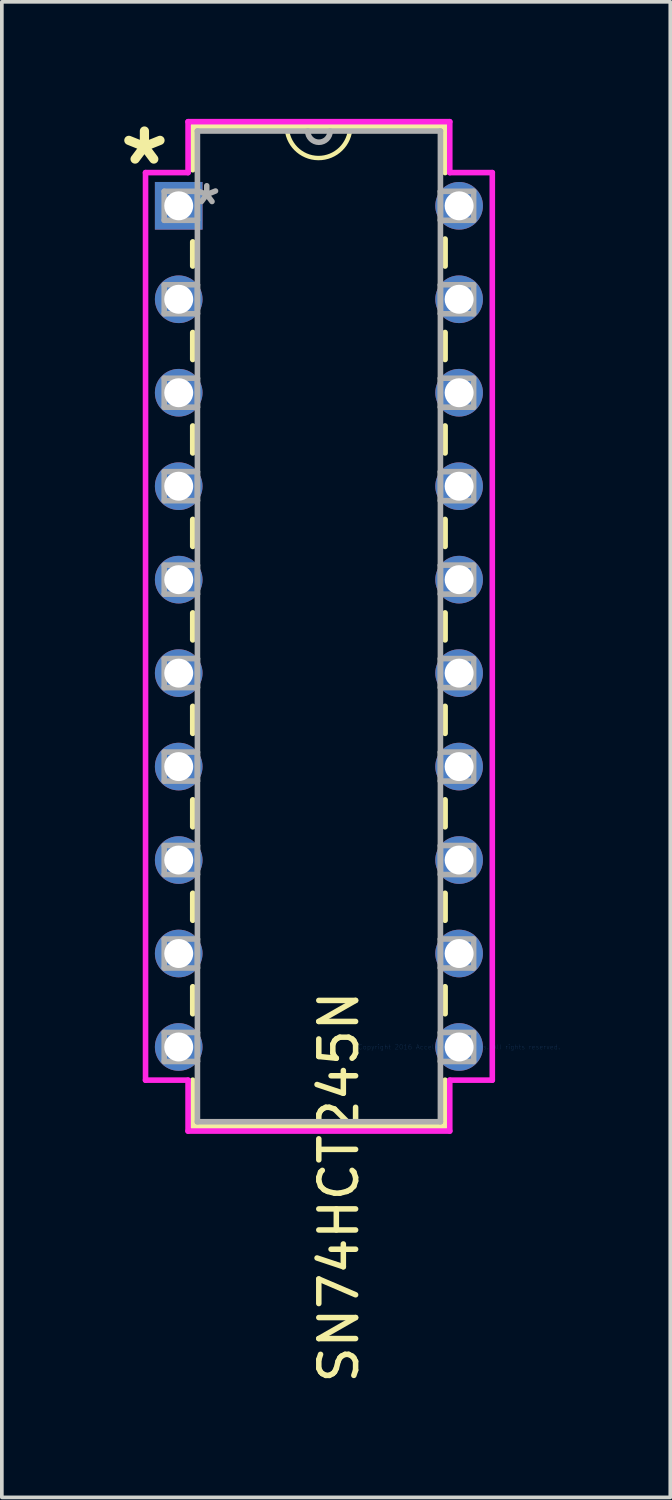
<source format=kicad_pcb>
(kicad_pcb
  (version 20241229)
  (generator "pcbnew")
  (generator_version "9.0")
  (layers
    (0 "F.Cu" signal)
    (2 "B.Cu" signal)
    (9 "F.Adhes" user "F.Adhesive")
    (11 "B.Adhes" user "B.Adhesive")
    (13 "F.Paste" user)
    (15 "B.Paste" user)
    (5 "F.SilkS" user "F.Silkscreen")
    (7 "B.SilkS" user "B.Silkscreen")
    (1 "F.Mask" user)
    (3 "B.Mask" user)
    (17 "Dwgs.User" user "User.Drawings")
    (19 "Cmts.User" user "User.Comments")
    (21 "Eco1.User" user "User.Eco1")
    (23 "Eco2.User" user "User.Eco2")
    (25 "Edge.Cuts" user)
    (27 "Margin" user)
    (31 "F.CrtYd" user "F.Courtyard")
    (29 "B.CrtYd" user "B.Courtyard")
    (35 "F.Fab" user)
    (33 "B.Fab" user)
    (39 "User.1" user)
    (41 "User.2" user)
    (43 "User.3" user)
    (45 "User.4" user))
  (footprint "SN74HCT245N"
    (layer "F.Cu")
    (at 9.427 25.403)
    (property "Reference" "SN74HCT245N" (at -3.268 3.806 270) (layer "F.SilkS") (effects (font (size 1 1) (thickness 0.15))))
    (attr through_hole)
    (fp_line (start -7.239 -25.019) (end -7.239 -23.84) (stroke (width 0.152) (type solid)) (layer "F.SilkS"))
    (fp_line (start -7.239 -21.88) (end -7.239 -21.223) (stroke (width 0.152) (type solid)) (layer "F.SilkS"))
    (fp_line (start -7.239 -19.417) (end -7.239 -18.683) (stroke (width 0.152) (type solid)) (layer "F.SilkS"))
    (fp_line (start -7.239 -16.877) (end -7.239 -16.143) (stroke (width 0.152) (type solid)) (layer "F.SilkS"))
    (fp_line (start -7.239 -14.337) (end -7.239 -13.603) (stroke (width 0.152) (type solid)) (layer "F.SilkS"))
    (fp_line (start -7.239 -11.797) (end -7.239 -11.063) (stroke (width 0.152) (type solid)) (layer "F.SilkS"))
    (fp_line (start -7.239 -9.257) (end -7.239 -8.523) (stroke (width 0.152) (type solid)) (layer "F.SilkS"))
    (fp_line (start -7.239 -6.717) (end -7.239 -5.983) (stroke (width 0.152) (type solid)) (layer "F.SilkS"))
    (fp_line (start -7.239 -4.177) (end -7.239 -3.443) (stroke (width 0.152) (type solid)) (layer "F.SilkS"))
    (fp_line (start -7.239 -1.637) (end -7.239 -0.903) (stroke (width 0.152) (type solid)) (layer "F.SilkS"))
    (fp_line (start -7.239 0.903) (end -7.239 2.159) (stroke (width 0.152) (type solid)) (layer "F.SilkS"))
    (fp_line (start -7.239 2.159) (end -0.381 2.159) (stroke (width 0.152) (type solid)) (layer "F.SilkS"))
    (fp_line (start -0.381 -25.019) (end -7.239 -25.019) (stroke (width 0.152) (type solid)) (layer "F.SilkS"))
    (fp_line (start -0.381 -23.763) (end -0.381 -25.019) (stroke (width 0.152) (type solid)) (layer "F.SilkS"))
    (fp_line (start -0.381 -21.223) (end -0.381 -21.957) (stroke (width 0.152) (type solid)) (layer "F.SilkS"))
    (fp_line (start -0.381 -18.683) (end -0.381 -19.417) (stroke (width 0.152) (type solid)) (layer "F.SilkS"))
    (fp_line (start -0.381 -16.143) (end -0.381 -16.877) (stroke (width 0.152) (type solid)) (layer "F.SilkS"))
    (fp_line (start -0.381 -13.603) (end -0.381 -14.337) (stroke (width 0.152) (type solid)) (layer "F.SilkS"))
    (fp_line (start -0.381 -11.063) (end -0.381 -11.797) (stroke (width 0.152) (type solid)) (layer "F.SilkS"))
    (fp_line (start -0.381 -8.523) (end -0.381 -9.257) (stroke (width 0.152) (type solid)) (layer "F.SilkS"))
    (fp_line (start -0.381 -5.983) (end -0.381 -6.717) (stroke (width 0.152) (type solid)) (layer "F.SilkS"))
    (fp_line (start -0.381 -3.443) (end -0.381 -4.177) (stroke (width 0.152) (type solid)) (layer "F.SilkS"))
    (fp_line (start -0.381 -0.903) (end -0.381 -1.637) (stroke (width 0.152) (type solid)) (layer "F.SilkS"))
    (fp_line (start -0.381 2.159) (end -0.381 0.903) (stroke (width 0.152) (type solid)) (layer "F.SilkS"))
    (fp_arc (start -2.95656 -25.01138) (mid -3.82932 -24.161236) (end -4.683669 -25.02988) (stroke (width 0.12) (type solid)) (layer "F.SilkS"))
    (fp_line (start -8.522 -23.762) (end -8.522 0.902) (stroke (width 0.152) (type solid)) (layer "F.CrtYd"))
    (fp_line (start -8.522 0.902) (end -7.366 0.902) (stroke (width 0.152) (type solid)) (layer "F.CrtYd"))
    (fp_line (start -7.366 -25.146) (end -7.366 -23.762) (stroke (width 0.152) (type solid)) (layer "F.CrtYd"))
    (fp_line (start -7.366 -23.762) (end -8.522 -23.762) (stroke (width 0.152) (type solid)) (layer "F.CrtYd"))
    (fp_line (start -7.366 0.902) (end -7.366 2.286) (stroke (width 0.152) (type solid)) (layer "F.CrtYd"))
    (fp_line (start -7.366 2.286) (end -0.254 2.286) (stroke (width 0.152) (type solid)) (layer "F.CrtYd"))
    (fp_line (start -0.254 -25.146) (end -7.366 -25.146) (stroke (width 0.152) (type solid)) (layer "F.CrtYd"))
    (fp_line (start -0.254 -23.762) (end -0.254 -25.146) (stroke (width 0.152) (type solid)) (layer "F.CrtYd"))
    (fp_line (start -0.254 0.902) (end 0.902 0.902) (stroke (width 0.152) (type solid)) (layer "F.CrtYd"))
    (fp_line (start -0.254 2.286) (end -0.254 0.902) (stroke (width 0.152) (type solid)) (layer "F.CrtYd"))
    (fp_line (start 0.902 -23.762) (end -0.254 -23.762) (stroke (width 0.152) (type solid)) (layer "F.CrtYd"))
    (fp_line (start 0.902 0.902) (end 0.902 -23.762) (stroke (width 0.152) (type solid)) (layer "F.CrtYd"))
    (fp_line (start -8.014 -23.254) (end -8.014 -22.466) (stroke (width 0.152) (type solid)) (layer "F.Fab"))
    (fp_line (start -8.014 -22.466) (end -7.112 -22.466) (stroke (width 0.152) (type solid)) (layer "F.Fab"))
    (fp_line (start -8.014 -20.714) (end -8.014 -19.926) (stroke (width 0.152) (type solid)) (layer "F.Fab"))
    (fp_line (start -8.014 -19.926) (end -7.112 -19.926) (stroke (width 0.152) (type solid)) (layer "F.Fab"))
    (fp_line (start -8.014 -18.174) (end -8.014 -17.386) (stroke (width 0.152) (type solid)) (layer "F.Fab"))
    (fp_line (start -8.014 -17.386) (end -7.112 -17.386) (stroke (width 0.152) (type solid)) (layer "F.Fab"))
    (fp_line (start -8.014 -15.634) (end -8.014 -14.846) (stroke (width 0.152) (type solid)) (layer "F.Fab"))
    (fp_line (start -8.014 -14.846) (end -7.112 -14.846) (stroke (width 0.152) (type solid)) (layer "F.Fab"))
    (fp_line (start -8.014 -13.094) (end -8.014 -12.306) (stroke (width 0.152) (type solid)) (layer "F.Fab"))
    (fp_line (start -8.014 -12.306) (end -7.112 -12.306) (stroke (width 0.152) (type solid)) (layer "F.Fab"))
    (fp_line (start -8.014 -10.554) (end -8.014 -9.766) (stroke (width 0.152) (type solid)) (layer "F.Fab"))
    (fp_line (start -8.014 -9.766) (end -7.112 -9.766) (stroke (width 0.152) (type solid)) (layer "F.Fab"))
    (fp_line (start -8.014 -8.014) (end -8.014 -7.226) (stroke (width 0.152) (type solid)) (layer "F.Fab"))
    (fp_line (start -8.014 -7.226) (end -7.112 -7.226) (stroke (width 0.152) (type solid)) (layer "F.Fab"))
    (fp_line (start -8.014 -5.474) (end -8.014 -4.686) (stroke (width 0.152) (type solid)) (layer "F.Fab"))
    (fp_line (start -8.014 -4.686) (end -7.112 -4.686) (stroke (width 0.152) (type solid)) (layer "F.Fab"))
    (fp_line (start -8.014 -2.934) (end -8.014 -2.146) (stroke (width 0.152) (type solid)) (layer "F.Fab"))
    (fp_line (start -8.014 -2.146) (end -7.112 -2.146) (stroke (width 0.152) (type solid)) (layer "F.Fab"))
    (fp_line (start -8.014 -0.394) (end -8.014 0.394) (stroke (width 0.152) (type solid)) (layer "F.Fab"))
    (fp_line (start -8.014 0.394) (end -7.112 0.394) (stroke (width 0.152) (type solid)) (layer "F.Fab"))
    (fp_line (start -7.112 -24.892) (end -7.112 2.032) (stroke (width 0.152) (type solid)) (layer "F.Fab"))
    (fp_line (start -7.112 -23.254) (end -8.014 -23.254) (stroke (width 0.152) (type solid)) (layer "F.Fab"))
    (fp_line (start -7.112 -22.466) (end -7.112 -23.254) (stroke (width 0.152) (type solid)) (layer "F.Fab"))
    (fp_line (start -7.112 -20.714) (end -8.014 -20.714) (stroke (width 0.152) (type solid)) (layer "F.Fab"))
    (fp_line (start -7.112 -19.926) (end -7.112 -20.714) (stroke (width 0.152) (type solid)) (layer "F.Fab"))
    (fp_line (start -7.112 -18.174) (end -8.014 -18.174) (stroke (width 0.152) (type solid)) (layer "F.Fab"))
    (fp_line (start -7.112 -17.386) (end -7.112 -18.174) (stroke (width 0.152) (type solid)) (layer "F.Fab"))
    (fp_line (start -7.112 -15.634) (end -8.014 -15.634) (stroke (width 0.152) (type solid)) (layer "F.Fab"))
    (fp_line (start -7.112 -14.846) (end -7.112 -15.634) (stroke (width 0.152) (type solid)) (layer "F.Fab"))
    (fp_line (start -7.112 -13.094) (end -8.014 -13.094) (stroke (width 0.152) (type solid)) (layer "F.Fab"))
    (fp_line (start -7.112 -12.306) (end -7.112 -13.094) (stroke (width 0.152) (type solid)) (layer "F.Fab"))
    (fp_line (start -7.112 -10.554) (end -8.014 -10.554) (stroke (width 0.152) (type solid)) (layer "F.Fab"))
    (fp_line (start -7.112 -9.766) (end -7.112 -10.554) (stroke (width 0.152) (type solid)) (layer "F.Fab"))
    (fp_line (start -7.112 -8.014) (end -8.014 -8.014) (stroke (width 0.152) (type solid)) (layer "F.Fab"))
    (fp_line (start -7.112 -7.226) (end -7.112 -8.014) (stroke (width 0.152) (type solid)) (layer "F.Fab"))
    (fp_line (start -7.112 -5.474) (end -8.014 -5.474) (stroke (width 0.152) (type solid)) (layer "F.Fab"))
    (fp_line (start -7.112 -4.686) (end -7.112 -5.474) (stroke (width 0.152) (type solid)) (layer "F.Fab"))
    (fp_line (start -7.112 -2.934) (end -8.014 -2.934) (stroke (width 0.152) (type solid)) (layer "F.Fab"))
    (fp_line (start -7.112 -2.146) (end -7.112 -2.934) (stroke (width 0.152) (type solid)) (layer "F.Fab"))
    (fp_line (start -7.112 -0.394) (end -8.014 -0.394) (stroke (width 0.152) (type solid)) (layer "F.Fab"))
    (fp_line (start -7.112 0.394) (end -7.112 -0.394) (stroke (width 0.152) (type solid)) (layer "F.Fab"))
    (fp_line (start -7.112 2.032) (end -0.508 2.032) (stroke (width 0.152) (type solid)) (layer "F.Fab"))
    (fp_line (start -0.508 -24.892) (end -7.112 -24.892) (stroke (width 0.152) (type solid)) (layer "F.Fab"))
    (fp_line (start -0.508 -23.254) (end -0.508 -22.466) (stroke (width 0.152) (type solid)) (layer "F.Fab"))
    (fp_line (start -0.508 -22.466) (end 0.394 -22.466) (stroke (width 0.152) (type solid)) (layer "F.Fab"))
    (fp_line (start -0.508 -20.714) (end -0.508 -19.926) (stroke (width 0.152) (type solid)) (layer "F.Fab"))
    (fp_line (start -0.508 -19.926) (end 0.394 -19.926) (stroke (width 0.152) (type solid)) (layer "F.Fab"))
    (fp_line (start -0.508 -18.174) (end -0.508 -17.386) (stroke (width 0.152) (type solid)) (layer "F.Fab"))
    (fp_line (start -0.508 -17.386) (end 0.394 -17.386) (stroke (width 0.152) (type solid)) (layer "F.Fab"))
    (fp_line (start -0.508 -15.634) (end -0.508 -14.846) (stroke (width 0.152) (type solid)) (layer "F.Fab"))
    (fp_line (start -0.508 -14.846) (end 0.394 -14.846) (stroke (width 0.152) (type solid)) (layer "F.Fab"))
    (fp_line (start -0.508 -13.094) (end -0.508 -12.306) (stroke (width 0.152) (type solid)) (layer "F.Fab"))
    (fp_line (start -0.508 -12.306) (end 0.394 -12.306) (stroke (width 0.152) (type solid)) (layer "F.Fab"))
    (fp_line (start -0.508 -10.554) (end -0.508 -9.766) (stroke (width 0.152) (type solid)) (layer "F.Fab"))
    (fp_line (start -0.508 -9.766) (end 0.394 -9.766) (stroke (width 0.152) (type solid)) (layer "F.Fab"))
    (fp_line (start -0.508 -8.014) (end -0.508 -7.226) (stroke (width 0.152) (type solid)) (layer "F.Fab"))
    (fp_line (start -0.508 -7.226) (end 0.394 -7.226) (stroke (width 0.152) (type solid)) (layer "F.Fab"))
    (fp_line (start -0.508 -5.474) (end -0.508 -4.686) (stroke (width 0.152) (type solid)) (layer "F.Fab"))
    (fp_line (start -0.508 -4.686) (end 0.394 -4.686) (stroke (width 0.152) (type solid)) (layer "F.Fab"))
    (fp_line (start -0.508 -2.934) (end -0.508 -2.146) (stroke (width 0.152) (type solid)) (layer "F.Fab"))
    (fp_line (start -0.508 -2.146) (end 0.394 -2.146) (stroke (width 0.152) (type solid)) (layer "F.Fab"))
    (fp_line (start -0.508 -0.394) (end -0.508 0.394) (stroke (width 0.152) (type solid)) (layer "F.Fab"))
    (fp_line (start -0.508 0.394) (end 0.394 0.394) (stroke (width 0.152) (type solid)) (layer "F.Fab"))
    (fp_line (start -0.508 2.032) (end -0.508 -24.892) (stroke (width 0.152) (type solid)) (layer "F.Fab"))
    (fp_line (start 0.394 -23.254) (end -0.508 -23.254) (stroke (width 0.152) (type solid)) (layer "F.Fab"))
    (fp_line (start 0.394 -22.466) (end 0.394 -23.254) (stroke (width 0.152) (type solid)) (layer "F.Fab"))
    (fp_line (start 0.394 -20.714) (end -0.508 -20.714) (stroke (width 0.152) (type solid)) (layer "F.Fab"))
    (fp_line (start 0.394 -19.926) (end 0.394 -20.714) (stroke (width 0.152) (type solid)) (layer "F.Fab"))
    (fp_line (start 0.394 -18.174) (end -0.508 -18.174) (stroke (width 0.152) (type solid)) (layer "F.Fab"))
    (fp_line (start 0.394 -17.386) (end 0.394 -18.174) (stroke (width 0.152) (type solid)) (layer "F.Fab"))
    (fp_line (start 0.394 -15.634) (end -0.508 -15.634) (stroke (width 0.152) (type solid)) (layer "F.Fab"))
    (fp_line (start 0.394 -14.846) (end 0.394 -15.634) (stroke (width 0.152) (type solid)) (layer "F.Fab"))
    (fp_line (start 0.394 -13.094) (end -0.508 -13.094) (stroke (width 0.152) (type solid)) (layer "F.Fab"))
    (fp_line (start 0.394 -12.306) (end 0.394 -13.094) (stroke (width 0.152) (type solid)) (layer "F.Fab"))
    (fp_line (start 0.394 -10.554) (end -0.508 -10.554) (stroke (width 0.152) (type solid)) (layer "F.Fab"))
    (fp_line (start 0.394 -9.766) (end 0.394 -10.554) (stroke (width 0.152) (type solid)) (layer "F.Fab"))
    (fp_line (start 0.394 -8.014) (end -0.508 -8.014) (stroke (width 0.152) (type solid)) (layer "F.Fab"))
    (fp_line (start 0.394 -7.226) (end 0.394 -8.014) (stroke (width 0.152) (type solid)) (layer "F.Fab"))
    (fp_line (start 0.394 -5.474) (end -0.508 -5.474) (stroke (width 0.152) (type solid)) (layer "F.Fab"))
    (fp_line (start 0.394 -4.686) (end 0.394 -5.474) (stroke (width 0.152) (type solid)) (layer "F.Fab"))
    (fp_line (start 0.394 -2.934) (end -0.508 -2.934) (stroke (width 0.152) (type solid)) (layer "F.Fab"))
    (fp_line (start 0.394 -2.146) (end 0.394 -2.934) (stroke (width 0.152) (type solid)) (layer "F.Fab"))
    (fp_line (start 0.394 -0.394) (end -0.508 -0.394) (stroke (width 0.152) (type solid)) (layer "F.Fab"))
    (fp_line (start 0.394 0.394) (end 0.394 -0.394) (stroke (width 0.152) (type solid)) (layer "F.Fab"))
    (fp_arc (start -3.5052 -24.892) (mid -3.81 -24.5872) (end -4.1148 -24.892) (stroke (width 0.1524) (type solid)) (layer "F.Fab"))
    (fp_text user "*" (at -8.552 -23.924 180) (layer "F.SilkS") (effects (font (size 1.778 1.778) (thickness 0.25))))
    (fp_text user "Copyright 2016 Accelerated Designs. All rights reserved." (at 0 0 180) (layer "Cmts.User") (effects (font (size 0.127 0.127) (thickness 0.002))))
    (fp_text user "*" (at -6.858 -22.86 180) (layer "F.Fab") (effects (font (size 1 1) (thickness 0.15))))
    (pad "1" thru_hole rect (at -7.62 -22.86) (size 1.295 1.295) (drill 0.787) (layers "*.Cu" "*.Mask"))
    (pad "2" thru_hole circle (at -7.62 -20.32) (size 1.295 1.295) (drill 0.787) (layers "*.Cu" "*.Mask"))
    (pad "3" thru_hole circle (at -7.62 -17.78) (size 1.295 1.295) (drill 0.787) (layers "*.Cu" "*.Mask"))
    (pad "4" thru_hole circle (at -7.62 -15.24) (size 1.295 1.295) (drill 0.787) (layers "*.Cu" "*.Mask"))
    (pad "5" thru_hole circle (at -7.62 -12.7) (size 1.295 1.295) (drill 0.787) (layers "*.Cu" "*.Mask"))
    (pad "6" thru_hole circle (at -7.62 -10.16) (size 1.295 1.295) (drill 0.787) (layers "*.Cu" "*.Mask"))
    (pad "7" thru_hole circle (at -7.62 -7.62) (size 1.295 1.295) (drill 0.787) (layers "*.Cu" "*.Mask"))
    (pad "8" thru_hole circle (at -7.62 -5.08) (size 1.295 1.295) (drill 0.787) (layers "*.Cu" "*.Mask"))
    (pad "9" thru_hole circle (at -7.62 -2.54) (size 1.295 1.295) (drill 0.787) (layers "*.Cu" "*.Mask"))
    (pad "10" thru_hole circle (at -7.62 0) (size 1.295 1.295) (drill 0.787) (layers "*.Cu" "*.Mask"))
    (pad "11" thru_hole circle (at 0 0) (size 1.295 1.295) (drill 0.787) (layers "*.Cu" "*.Mask"))
    (pad "12" thru_hole circle (at 0 -2.54) (size 1.295 1.295) (drill 0.787) (layers "*.Cu" "*.Mask"))
    (pad "13" thru_hole circle (at 0 -5.08) (size 1.295 1.295) (drill 0.787) (layers "*.Cu" "*.Mask"))
    (pad "14" thru_hole circle (at 0 -7.62) (size 1.295 1.295) (drill 0.787) (layers "*.Cu" "*.Mask"))
    (pad "15" thru_hole circle (at 0 -10.16) (size 1.295 1.295) (drill 0.787) (layers "*.Cu" "*.Mask"))
    (pad "16" thru_hole circle (at 0 -12.7) (size 1.295 1.295) (drill 0.787) (layers "*.Cu" "*.Mask"))
    (pad "17" thru_hole circle (at 0 -15.24) (size 1.295 1.295) (drill 0.787) (layers "*.Cu" "*.Mask"))
    (pad "18" thru_hole circle (at 0 -17.78) (size 1.295 1.295) (drill 0.787) (layers "*.Cu" "*.Mask"))
    (pad "19" thru_hole circle (at 0 -20.32) (size 1.295 1.295) (drill 0.787) (layers "*.Cu" "*.Mask"))
    (pad "20" thru_hole circle (at 0 -22.86) (size 1.295 1.295) (drill 0.787) (layers "*.Cu" "*.Mask")))
  (gr_rect
    (start -3 -3)
    (end 15.166 37.644)
    (stroke (width 0.1) (type default))
    (fill no)
    (layer "Edge.Cuts")))
</source>
